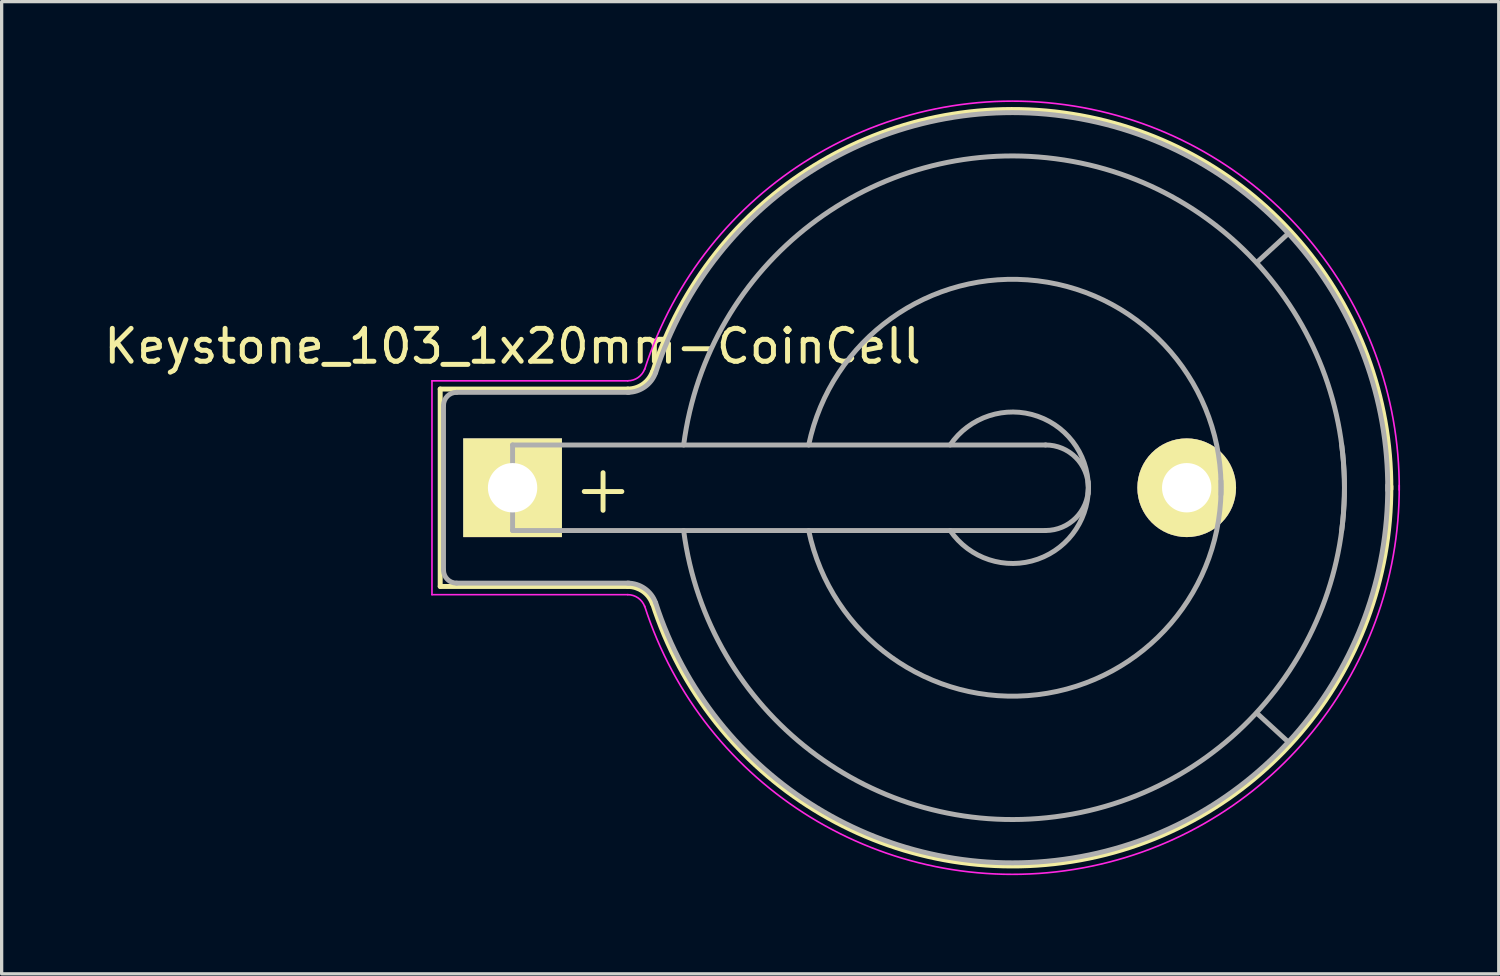
<source format=kicad_pcb>
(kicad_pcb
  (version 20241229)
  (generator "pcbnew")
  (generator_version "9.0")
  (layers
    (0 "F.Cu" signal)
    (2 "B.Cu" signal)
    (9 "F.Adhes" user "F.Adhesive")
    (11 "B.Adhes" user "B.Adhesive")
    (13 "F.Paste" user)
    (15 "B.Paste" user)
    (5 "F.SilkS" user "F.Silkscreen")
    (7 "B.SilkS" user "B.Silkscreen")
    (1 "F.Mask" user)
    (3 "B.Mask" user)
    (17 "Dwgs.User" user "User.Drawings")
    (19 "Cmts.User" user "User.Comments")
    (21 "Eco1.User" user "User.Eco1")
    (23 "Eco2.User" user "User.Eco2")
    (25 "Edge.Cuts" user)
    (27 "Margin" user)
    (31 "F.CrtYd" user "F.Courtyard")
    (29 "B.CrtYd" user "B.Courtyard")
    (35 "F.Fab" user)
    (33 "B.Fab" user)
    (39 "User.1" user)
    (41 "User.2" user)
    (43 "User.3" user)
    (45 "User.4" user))
  (footprint "Keystone_103_1x20mm-CoinCell"
    (layer "F.Cu")
    (at 12.53 11.775)
    (property "Reference" "Keystone_103_1x20mm-CoinCell" (at 0 -4.3 0) (layer "F.SilkS") (effects (font (size 1 1) (thickness 0.15))))
    (attr through_hole)
    (fp_line (start -2.2 -3) (end 3.5 -3) (stroke (width 0.15) (type solid)) (layer "F.SilkS"))
    (fp_line (start -2.2 3) (end -2.2 -3) (stroke (width 0.15) (type solid)) (layer "F.SilkS"))
    (fp_line (start -2.2 3) (end 3.5 3) (stroke (width 0.15) (type solid)) (layer "F.SilkS"))
    (fp_arc (start 3.5 3) (mid 3.958861 3.144678) (end 4.251754 3.526384) (stroke (width 0.15) (type solid)) (layer "F.SilkS"))
    (fp_arc (start 4.25 -3.5) (mid 16.993514 -11.35499) (end 26.695671 0.045281) (stroke (width 0.15) (type solid)) (layer "F.SilkS"))
    (fp_arc (start 4.251754 -3.526384) (mid 3.958861 -3.144678) (end 3.5 -3) (stroke (width 0.15) (type solid)) (layer "F.SilkS"))
    (fp_arc (start 26.695671 -0.045281) (mid 16.993514 11.35499) (end 4.25 3.5) (stroke (width 0.15) (type solid)) (layer "F.SilkS"))
    (fp_line (start -2.45 -3.25) (end 3.5 -3.25) (stroke (width 0.05) (type solid)) (layer "F.CrtYd"))
    (fp_line (start -2.45 3.25) (end -2.45 -3.25) (stroke (width 0.05) (type solid)) (layer "F.CrtYd"))
    (fp_line (start -2.45 3.25) (end 3.5 3.25) (stroke (width 0.05) (type solid)) (layer "F.CrtYd"))
    (fp_arc (start 3.5 3.25) (mid 3.815467 3.349466) (end 4.016831 3.611889) (stroke (width 0.05) (type solid)) (layer "F.CrtYd"))
    (fp_arc (start 4.015 -3.6) (mid 17.056602 -11.602468) (end 26.949865 0.069987) (stroke (width 0.05) (type solid)) (layer "F.CrtYd"))
    (fp_arc (start 4.016831 -3.611889) (mid 3.815467 -3.349466) (end 3.5 -3.25) (stroke (width 0.05) (type solid)) (layer "F.CrtYd"))
    (fp_arc (start 26.949865 -0.069987) (mid 17.056602 11.602468) (end 4.015 3.6) (stroke (width 0.05) (type solid)) (layer "F.CrtYd"))
    (fp_line (start -2.1 -2.5) (end -2.1 2.5) (stroke (width 0.15) (type solid)) (layer "F.Fab"))
    (fp_line (start -1.7 2.9) (end 3.531 2.9) (stroke (width 0.15) (type solid)) (layer "F.Fab"))
    (fp_line (start 0 -1.3) (end 0 1.3) (stroke (width 0.15) (type solid)) (layer "F.Fab"))
    (fp_line (start 0 1.3) (end 16.2 1.3) (stroke (width 0.15) (type solid)) (layer "F.Fab"))
    (fp_line (start 3.531 -2.9) (end -1.7 -2.9) (stroke (width 0.15) (type solid)) (layer "F.Fab"))
    (fp_line (start 16.2 -1.3) (end 0 -1.3) (stroke (width 0.15) (type solid)) (layer "F.Fab"))
    (fp_line (start 23.571 -7.722) (end 22.631 -6.858) (stroke (width 0.15) (type solid)) (layer "F.Fab"))
    (fp_line (start 23.571 7.722) (end 22.657 6.883) (stroke (width 0.15) (type solid)) (layer "F.Fab"))
    (fp_arc (start -2.1 -2.5) (mid -1.982843 -2.782843) (end -1.7 -2.9) (stroke (width 0.15) (type solid)) (layer "F.Fab"))
    (fp_arc (start -1.7 2.9) (mid -1.982843 2.782843) (end -2.1 2.5) (stroke (width 0.15) (type solid)) (layer "F.Fab"))
    (fp_arc (start 3.5 2.9) (mid 4.016219 3.062763) (end 4.345723 3.492182) (stroke (width 0.15) (type solid)) (layer "F.Fab"))
    (fp_arc (start 4.345723 -3.492182) (mid 4.016219 -3.062763) (end 3.5 -2.9) (stroke (width 0.15) (type solid)) (layer "F.Fab"))
    (fp_arc (start 4.35 -3.5) (mid 17.008726 -11.256154) (end 26.600299 0.075351) (stroke (width 0.15) (type solid)) (layer "F.Fab"))
    (fp_arc (start 5.2 -1.3) (mid 16.5 -10) (end 25.2 1.3) (stroke (width 0.15) (type solid)) (layer "F.Fab"))
    (fp_arc (start 9 -1.3) (mid 15.954687 -6.28971) (end 21.531551 0.203631) (stroke (width 0.15) (type solid)) (layer "F.Fab"))
    (fp_arc (start 13.3 -1.3) (mid 15.963947 -2.171724) (end 17.495448 0.175833) (stroke (width 0.15) (type solid)) (layer "F.Fab"))
    (fp_arc (start 16.2 -1.3) (mid 17.5 0) (end 16.2 1.3) (stroke (width 0.15) (type solid)) (layer "F.Fab"))
    (fp_arc (start 17.495448 -0.175833) (mid 15.963947 2.171724) (end 13.3 1.3) (stroke (width 0.15) (type solid)) (layer "F.Fab"))
    (fp_arc (start 21.531551 -0.203631) (mid 15.954687 6.28971) (end 9 1.3) (stroke (width 0.15) (type solid)) (layer "F.Fab"))
    (fp_arc (start 25.2 -1.3) (mid 16.5 10) (end 5.2 1.3) (stroke (width 0.15) (type solid)) (layer "F.Fab"))
    (fp_arc (start 26.600299 -0.075351) (mid 17.008726 11.256154) (end 4.35 3.5) (stroke (width 0.15) (type solid)) (layer "F.Fab"))
    (fp_text user "+" (at 2.75 0 0) (layer "F.SilkS") (effects (font (size 1.5 1.5) (thickness 0.15))))
    (pad "1" thru_hole rect (at 0 0) (size 3 3) (drill 1.5) (layers "*.Cu" "*.Mask" "F.SilkS"))
    (pad "2" thru_hole circle (at 20.49 0) (size 3 3) (drill 1.5) (layers "*.Cu" "*.Mask" "F.SilkS")))
  (gr_rect
    (start -3 -3)
    (end 42.505 26.55)
    (stroke (width 0.1) (type default))
    (fill no)
    (layer "Edge.Cuts")))
</source>
